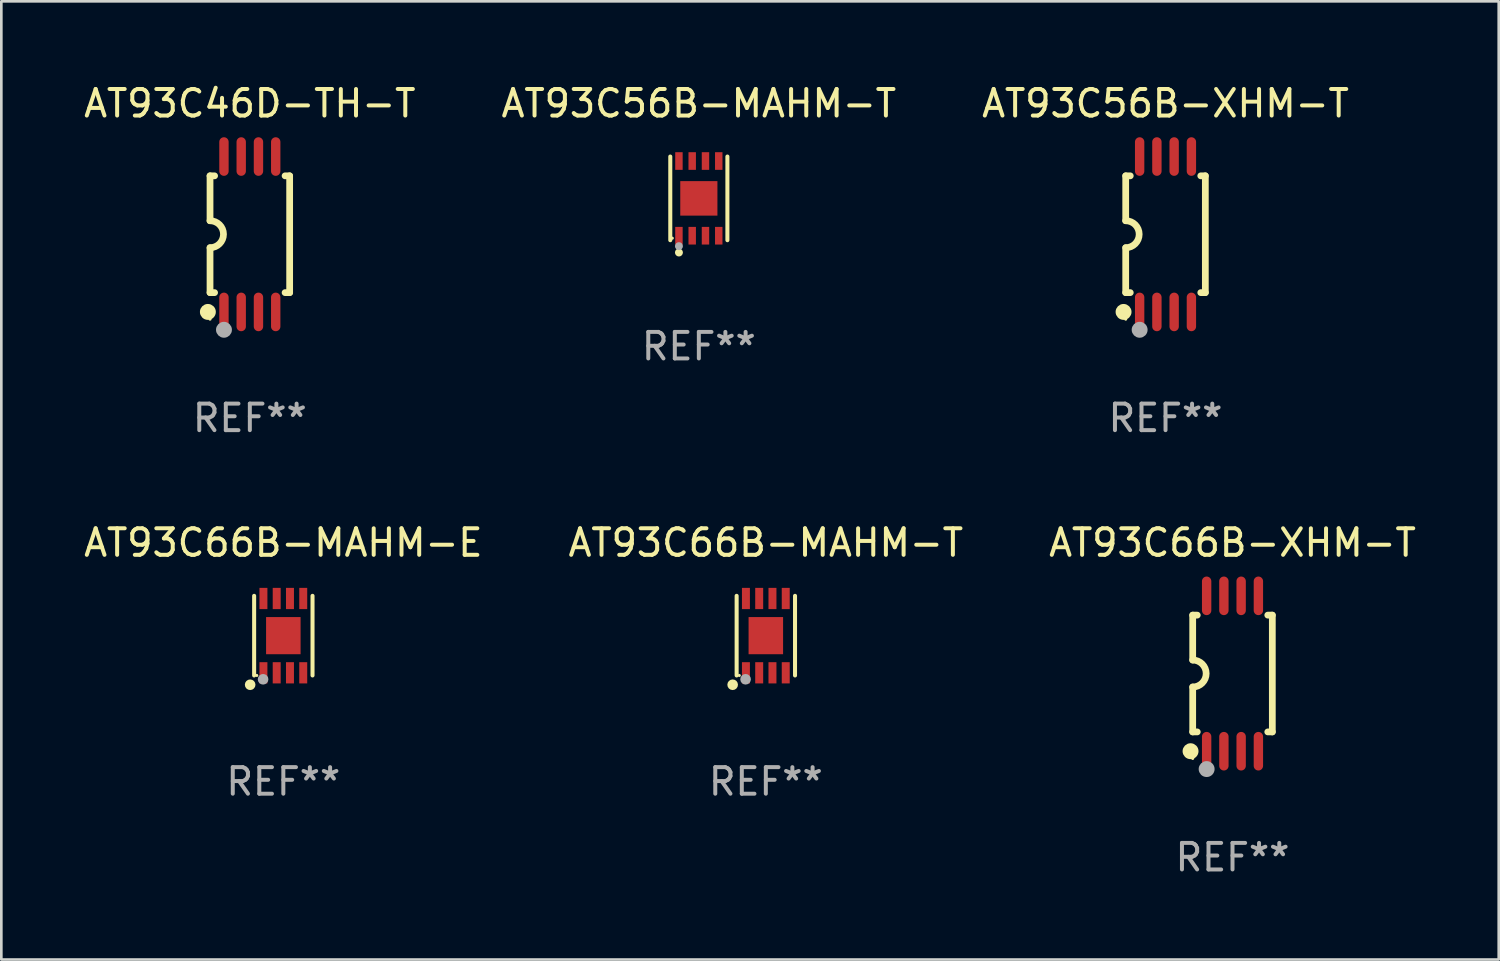
<source format=kicad_pcb>
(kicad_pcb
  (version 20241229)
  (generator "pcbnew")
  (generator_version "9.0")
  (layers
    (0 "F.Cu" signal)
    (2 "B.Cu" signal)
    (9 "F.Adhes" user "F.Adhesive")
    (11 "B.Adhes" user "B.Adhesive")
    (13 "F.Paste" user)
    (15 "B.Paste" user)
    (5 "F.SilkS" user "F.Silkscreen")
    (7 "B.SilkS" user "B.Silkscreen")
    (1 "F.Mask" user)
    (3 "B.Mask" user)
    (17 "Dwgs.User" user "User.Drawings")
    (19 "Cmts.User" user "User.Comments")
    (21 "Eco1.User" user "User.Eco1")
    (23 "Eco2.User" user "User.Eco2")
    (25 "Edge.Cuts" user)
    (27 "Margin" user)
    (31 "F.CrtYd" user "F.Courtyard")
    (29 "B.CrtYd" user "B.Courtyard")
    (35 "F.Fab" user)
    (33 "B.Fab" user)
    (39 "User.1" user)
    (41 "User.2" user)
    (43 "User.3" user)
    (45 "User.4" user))
  (footprint "AT93C56B-MAHM-T"
    (layer "F.Cu")
    (at 23.28 4.424)
    (property "Reference" "AT93C56B-MAHM-T" (at 0 -3.576 0) (layer "F.SilkS") (effects (font (size 1 1) (thickness 0.15))))
    (attr through_hole)
    (fp_line (start -1.076 1.576) (end -1.076 -1.576) (stroke (width 0.152) (type solid)) (layer "F.SilkS"))
    (fp_line (start 1.076 1.576) (end 1.076 -1.576) (stroke (width 0.152) (type solid)) (layer "F.SilkS"))
    (fp_circle (center -1 1.5) (end -0.97 1.5) (stroke (width 0.06) (type solid)) (fill no) (layer "F.SilkS"))
    (fp_circle (center -0.75 2.04) (end -0.675 2.04) (stroke (width 0.15) (type solid)) (fill no) (layer "F.SilkS"))
    (fp_circle (center -0.75 1.8) (end -0.675 1.8) (stroke (width 0.15) (type solid)) (fill no) (layer "F.Fab"))
    (fp_text user "REF**" (at 0 5.576 0) (layer "F.Fab") (effects (font (size 1 1) (thickness 0.15))))
    (pad "1" smd rect (at -0.75 1.407) (size 0.28 0.665) (layers "F.Cu" "F.Mask" "F.Paste"))
    (pad "2" smd rect (at -0.25 1.407) (size 0.28 0.665) (layers "F.Cu" "F.Mask" "F.Paste"))
    (pad "3" smd rect (at 0.25 1.407) (size 0.28 0.665) (layers "F.Cu" "F.Mask" "F.Paste"))
    (pad "4" smd rect (at 0.75 1.407) (size 0.28 0.665) (layers "F.Cu" "F.Mask" "F.Paste"))
    (pad "5" smd rect (at 0.75 -1.407) (size 0.28 0.665) (layers "F.Cu" "F.Mask" "F.Paste"))
    (pad "6" smd rect (at 0.25 -1.407) (size 0.28 0.665) (layers "F.Cu" "F.Mask" "F.Paste"))
    (pad "7" smd rect (at -0.25 -1.407) (size 0.28 0.665) (layers "F.Cu" "F.Mask" "F.Paste"))
    (pad "8" smd rect (at -0.75 -1.407) (size 0.28 0.665) (layers "F.Cu" "F.Mask" "F.Paste"))
    (pad "9" smd rect (at 0 0) (size 1.4 1.3) (layers "F.Cu" "F.Mask" "F.Paste")))
  (footprint "AT93C66B-XHM-T"
    (layer "F.Cu")
    (at 43.387 22.326)
    (property "Reference" "AT93C66B-XHM-T" (at 0 -4.927 0) (layer "F.SilkS") (effects (font (size 1 1) (thickness 0.15))))
    (attr through_hole)
    (fp_line (start -1.5 -2.2) (end -1.5 -0.508) (stroke (width 0.254) (type solid)) (layer "F.SilkS"))
    (fp_line (start -1.5 -2.2) (end -1.328 -2.2) (stroke (width 0.254) (type solid)) (layer "F.SilkS"))
    (fp_line (start -1.5 2.2) (end -1.5 0.508) (stroke (width 0.254) (type solid)) (layer "F.SilkS"))
    (fp_line (start -1.5 2.2) (end -1.328 2.2) (stroke (width 0.254) (type solid)) (layer "F.SilkS"))
    (fp_line (start 1.328 -2.2) (end 1.5 -2.2) (stroke (width 0.254) (type solid)) (layer "F.SilkS"))
    (fp_line (start 1.328 2.2) (end 1.5 2.2) (stroke (width 0.254) (type solid)) (layer "F.SilkS"))
    (fp_line (start 1.5 -2.2) (end 1.5 2.2) (stroke (width 0.254) (type solid)) (layer "F.SilkS"))
    (fp_arc (start -1.501144 -0.508) (mid -0.993143 -0.000571) (end -1.5 0.508001) (stroke (width 0.254001) (type solid)) (layer "F.SilkS"))
    (fp_circle (center -1.581 2.927) (end -1.431 2.927) (stroke (width 0.3) (type solid)) (fill no) (layer "F.SilkS"))
    (fp_circle (center -1.5 3.2) (end -1.47 3.2) (stroke (width 0.06) (type solid)) (fill no) (layer "F.SilkS"))
    (fp_circle (center -0.975 3.6) (end -0.825 3.6) (stroke (width 0.3) (type solid)) (fill no) (layer "F.Fab"))
    (fp_text user "REF**" (at 0 6.927 0) (layer "F.Fab") (effects (font (size 1 1) (thickness 0.15))))
    (pad "1" smd oval (at -0.975 2.927) (size 0.353 1.454) (layers "F.Cu" "F.Mask" "F.Paste"))
    (pad "2" smd oval (at -0.325 2.927) (size 0.353 1.454) (layers "F.Cu" "F.Mask" "F.Paste"))
    (pad "3" smd oval (at 0.325 2.927) (size 0.353 1.454) (layers "F.Cu" "F.Mask" "F.Paste"))
    (pad "4" smd oval (at 0.975 2.927) (size 0.353 1.454) (layers "F.Cu" "F.Mask" "F.Paste"))
    (pad "5" smd oval (at 0.975 -2.927) (size 0.353 1.454) (layers "F.Cu" "F.Mask" "F.Paste"))
    (pad "6" smd oval (at 0.325 -2.927) (size 0.353 1.454) (layers "F.Cu" "F.Mask" "F.Paste"))
    (pad "7" smd oval (at -0.325 -2.927) (size 0.353 1.454) (layers "F.Cu" "F.Mask" "F.Paste"))
    (pad "8" smd oval (at -0.975 -2.927) (size 0.353 1.454) (layers "F.Cu" "F.Mask" "F.Paste")))
  (footprint "AT93C66B-MAHM-E"
    (layer "F.Cu")
    (at 7.625 20.899)
    (property "Reference" "AT93C66B-MAHM-E" (at 0 -3.5 0) (layer "F.SilkS") (effects (font (size 1 1) (thickness 0.15))))
    (attr through_hole)
    (fp_line (start -1.1 1.5) (end -1.1 -1.5) (stroke (width 0.152) (type solid)) (layer "F.SilkS"))
    (fp_line (start 1.1 -1.5) (end 1.1 1.5) (stroke (width 0.152) (type solid)) (layer "F.SilkS"))
    (fp_circle (center -1.25 1.85) (end -1.15 1.85) (stroke (width 0.2) (type solid)) (fill no) (layer "F.SilkS"))
    (fp_circle (center -1 1.5) (end -0.97 1.5) (stroke (width 0.06) (type solid)) (fill no) (layer "F.SilkS"))
    (fp_circle (center -0.763 1.644) (end -0.663 1.644) (stroke (width 0.2) (type solid)) (fill no) (layer "F.Fab"))
    (fp_text user "REF**" (at 0 5.5 0) (layer "F.Fab") (effects (font (size 1 1) (thickness 0.15))))
    (pad "1" smd rect (at -0.75 1.4 180) (size 0.3 0.8) (layers "F.Cu" "F.Mask" "F.Paste"))
    (pad "2" smd rect (at -0.25 1.4) (size 0.3 0.8) (layers "F.Cu" "F.Mask" "F.Paste"))
    (pad "3" smd rect (at 0.25 1.4) (size 0.3 0.8) (layers "F.Cu" "F.Mask" "F.Paste"))
    (pad "4" smd rect (at 0.75 1.4) (size 0.3 0.8) (layers "F.Cu" "F.Mask" "F.Paste"))
    (pad "5" smd rect (at 0.75 -1.4) (size 0.3 0.8) (layers "F.Cu" "F.Mask" "F.Paste"))
    (pad "6" smd rect (at 0.25 -1.4) (size 0.3 0.8) (layers "F.Cu" "F.Mask" "F.Paste"))
    (pad "7" smd rect (at -0.25 -1.4) (size 0.3 0.8) (layers "F.Cu" "F.Mask" "F.Paste"))
    (pad "8" smd rect (at -0.75 -1.4) (size 0.3 0.8) (layers "F.Cu" "F.Mask" "F.Paste"))
    (pad "9" smd rect (at 0 0 180) (size 1.3 1.4) (layers "F.Cu" "F.Mask" "F.Paste")))
  (footprint "AT93C56B-XHM-T"
    (layer "F.Cu")
    (at 40.863 5.775)
    (property "Reference" "AT93C56B-XHM-T" (at 0 -4.927 0) (layer "F.SilkS") (effects (font (size 1 1) (thickness 0.15))))
    (attr through_hole)
    (fp_line (start -1.5 -2.2) (end -1.5 -0.508) (stroke (width 0.254) (type solid)) (layer "F.SilkS"))
    (fp_line (start -1.5 -2.2) (end -1.328 -2.2) (stroke (width 0.254) (type solid)) (layer "F.SilkS"))
    (fp_line (start -1.5 2.2) (end -1.5 0.508) (stroke (width 0.254) (type solid)) (layer "F.SilkS"))
    (fp_line (start -1.5 2.2) (end -1.328 2.2) (stroke (width 0.254) (type solid)) (layer "F.SilkS"))
    (fp_line (start 1.328 -2.2) (end 1.5 -2.2) (stroke (width 0.254) (type solid)) (layer "F.SilkS"))
    (fp_line (start 1.328 2.2) (end 1.5 2.2) (stroke (width 0.254) (type solid)) (layer "F.SilkS"))
    (fp_line (start 1.5 -2.2) (end 1.5 2.2) (stroke (width 0.254) (type solid)) (layer "F.SilkS"))
    (fp_arc (start -1.501144 -0.508) (mid -0.993143 -0.000571) (end -1.5 0.508001) (stroke (width 0.254001) (type solid)) (layer "F.SilkS"))
    (fp_circle (center -1.581 2.927) (end -1.431 2.927) (stroke (width 0.3) (type solid)) (fill no) (layer "F.SilkS"))
    (fp_circle (center -1.5 3.2) (end -1.47 3.2) (stroke (width 0.06) (type solid)) (fill no) (layer "F.SilkS"))
    (fp_circle (center -0.975 3.6) (end -0.825 3.6) (stroke (width 0.3) (type solid)) (fill no) (layer "F.Fab"))
    (fp_text user "REF**" (at 0 6.927 0) (layer "F.Fab") (effects (font (size 1 1) (thickness 0.15))))
    (pad "1" smd oval (at -0.975 2.927) (size 0.353 1.454) (layers "F.Cu" "F.Mask" "F.Paste"))
    (pad "2" smd oval (at -0.325 2.927) (size 0.353 1.454) (layers "F.Cu" "F.Mask" "F.Paste"))
    (pad "3" smd oval (at 0.325 2.927) (size 0.353 1.454) (layers "F.Cu" "F.Mask" "F.Paste"))
    (pad "4" smd oval (at 0.975 2.927) (size 0.353 1.454) (layers "F.Cu" "F.Mask" "F.Paste"))
    (pad "5" smd oval (at 0.975 -2.927) (size 0.353 1.454) (layers "F.Cu" "F.Mask" "F.Paste"))
    (pad "6" smd oval (at 0.325 -2.927) (size 0.353 1.454) (layers "F.Cu" "F.Mask" "F.Paste"))
    (pad "7" smd oval (at -0.325 -2.927) (size 0.353 1.454) (layers "F.Cu" "F.Mask" "F.Paste"))
    (pad "8" smd oval (at -0.975 -2.927) (size 0.353 1.454) (layers "F.Cu" "F.Mask" "F.Paste")))
  (footprint "AT93C66B-MAHM-T"
    (layer "F.Cu")
    (at 25.804 20.899)
    (property "Reference" "AT93C66B-MAHM-T" (at 0 -3.5 0) (layer "F.SilkS") (effects (font (size 1 1) (thickness 0.15))))
    (attr through_hole)
    (fp_line (start -1.1 1.5) (end -1.1 -1.5) (stroke (width 0.152) (type solid)) (layer "F.SilkS"))
    (fp_line (start 1.1 -1.5) (end 1.1 1.5) (stroke (width 0.152) (type solid)) (layer "F.SilkS"))
    (fp_circle (center -1.25 1.85) (end -1.15 1.85) (stroke (width 0.2) (type solid)) (fill no) (layer "F.SilkS"))
    (fp_circle (center -1 1.5) (end -0.97 1.5) (stroke (width 0.06) (type solid)) (fill no) (layer "F.SilkS"))
    (fp_circle (center -0.763 1.644) (end -0.663 1.644) (stroke (width 0.2) (type solid)) (fill no) (layer "F.Fab"))
    (fp_text user "REF**" (at 0 5.5 0) (layer "F.Fab") (effects (font (size 1 1) (thickness 0.15))))
    (pad "1" smd rect (at -0.75 1.4 180) (size 0.3 0.8) (layers "F.Cu" "F.Mask" "F.Paste"))
    (pad "2" smd rect (at -0.25 1.4) (size 0.3 0.8) (layers "F.Cu" "F.Mask" "F.Paste"))
    (pad "3" smd rect (at 0.25 1.4) (size 0.3 0.8) (layers "F.Cu" "F.Mask" "F.Paste"))
    (pad "4" smd rect (at 0.75 1.4) (size 0.3 0.8) (layers "F.Cu" "F.Mask" "F.Paste"))
    (pad "5" smd rect (at 0.75 -1.4) (size 0.3 0.8) (layers "F.Cu" "F.Mask" "F.Paste"))
    (pad "6" smd rect (at 0.25 -1.4) (size 0.3 0.8) (layers "F.Cu" "F.Mask" "F.Paste"))
    (pad "7" smd rect (at -0.25 -1.4) (size 0.3 0.8) (layers "F.Cu" "F.Mask" "F.Paste"))
    (pad "8" smd rect (at -0.75 -1.4) (size 0.3 0.8) (layers "F.Cu" "F.Mask" "F.Paste"))
    (pad "9" smd rect (at 0 0 180) (size 1.3 1.4) (layers "F.Cu" "F.Mask" "F.Paste")))
  (footprint "AT93C46D-TH-T"
    (layer "F.Cu")
    (at 6.363 5.775)
    (property "Reference" "AT93C46D-TH-T" (at 0 -4.927 0) (layer "F.SilkS") (effects (font (size 1 1) (thickness 0.15))))
    (attr through_hole)
    (fp_line (start -1.5 -2.2) (end -1.5 -0.508) (stroke (width 0.254) (type solid)) (layer "F.SilkS"))
    (fp_line (start -1.5 -2.2) (end -1.328 -2.2) (stroke (width 0.254) (type solid)) (layer "F.SilkS"))
    (fp_line (start -1.5 2.2) (end -1.5 0.508) (stroke (width 0.254) (type solid)) (layer "F.SilkS"))
    (fp_line (start -1.5 2.2) (end -1.328 2.2) (stroke (width 0.254) (type solid)) (layer "F.SilkS"))
    (fp_line (start 1.328 -2.2) (end 1.5 -2.2) (stroke (width 0.254) (type solid)) (layer "F.SilkS"))
    (fp_line (start 1.328 2.2) (end 1.5 2.2) (stroke (width 0.254) (type solid)) (layer "F.SilkS"))
    (fp_line (start 1.5 -2.2) (end 1.5 2.2) (stroke (width 0.254) (type solid)) (layer "F.SilkS"))
    (fp_arc (start -1.501144 -0.508) (mid -0.993143 -0.000571) (end -1.5 0.508001) (stroke (width 0.254001) (type solid)) (layer "F.SilkS"))
    (fp_circle (center -1.581 2.927) (end -1.431 2.927) (stroke (width 0.3) (type solid)) (fill no) (layer "F.SilkS"))
    (fp_circle (center -1.5 3.2) (end -1.47 3.2) (stroke (width 0.06) (type solid)) (fill no) (layer "F.SilkS"))
    (fp_circle (center -0.975 3.6) (end -0.825 3.6) (stroke (width 0.3) (type solid)) (fill no) (layer "F.Fab"))
    (fp_text user "REF**" (at 0 6.927 0) (layer "F.Fab") (effects (font (size 1 1) (thickness 0.15))))
    (pad "1" smd oval (at -0.975 2.927) (size 0.353 1.454) (layers "F.Cu" "F.Mask" "F.Paste"))
    (pad "2" smd oval (at -0.325 2.927) (size 0.353 1.454) (layers "F.Cu" "F.Mask" "F.Paste"))
    (pad "3" smd oval (at 0.325 2.927) (size 0.353 1.454) (layers "F.Cu" "F.Mask" "F.Paste"))
    (pad "4" smd oval (at 0.975 2.927) (size 0.353 1.454) (layers "F.Cu" "F.Mask" "F.Paste"))
    (pad "5" smd oval (at 0.975 -2.927) (size 0.353 1.454) (layers "F.Cu" "F.Mask" "F.Paste"))
    (pad "6" smd oval (at 0.325 -2.927) (size 0.353 1.454) (layers "F.Cu" "F.Mask" "F.Paste"))
    (pad "7" smd oval (at -0.325 -2.927) (size 0.353 1.454) (layers "F.Cu" "F.Mask" "F.Paste"))
    (pad "8" smd oval (at -0.975 -2.927) (size 0.353 1.454) (layers "F.Cu" "F.Mask" "F.Paste")))
  (gr_rect
    (start -3 -3)
    (end 53.417 33.101)
    (stroke (width 0.1) (type default))
    (fill no)
    (layer "Edge.Cuts")))
</source>
